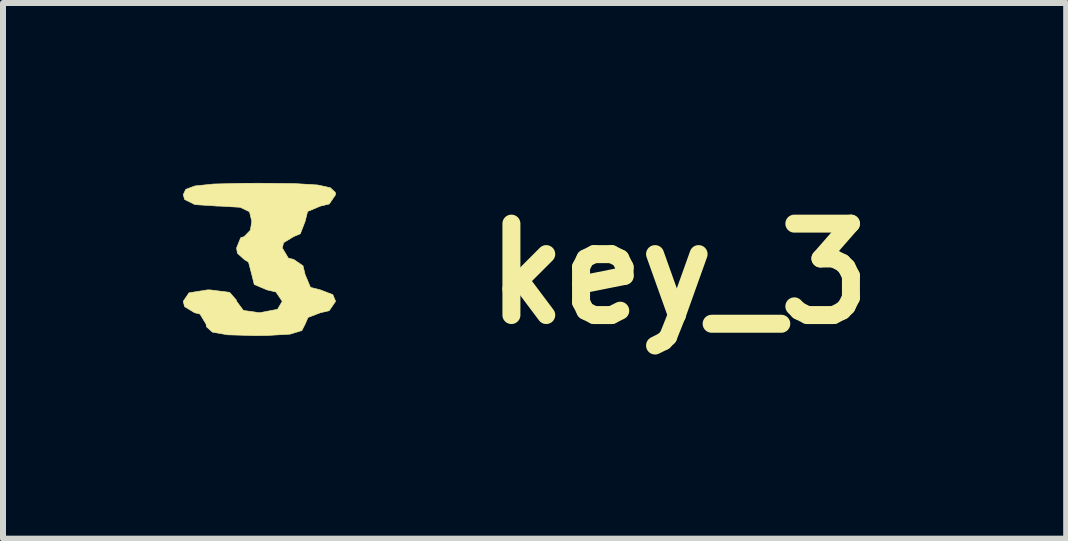
<source format=kicad_pcb>
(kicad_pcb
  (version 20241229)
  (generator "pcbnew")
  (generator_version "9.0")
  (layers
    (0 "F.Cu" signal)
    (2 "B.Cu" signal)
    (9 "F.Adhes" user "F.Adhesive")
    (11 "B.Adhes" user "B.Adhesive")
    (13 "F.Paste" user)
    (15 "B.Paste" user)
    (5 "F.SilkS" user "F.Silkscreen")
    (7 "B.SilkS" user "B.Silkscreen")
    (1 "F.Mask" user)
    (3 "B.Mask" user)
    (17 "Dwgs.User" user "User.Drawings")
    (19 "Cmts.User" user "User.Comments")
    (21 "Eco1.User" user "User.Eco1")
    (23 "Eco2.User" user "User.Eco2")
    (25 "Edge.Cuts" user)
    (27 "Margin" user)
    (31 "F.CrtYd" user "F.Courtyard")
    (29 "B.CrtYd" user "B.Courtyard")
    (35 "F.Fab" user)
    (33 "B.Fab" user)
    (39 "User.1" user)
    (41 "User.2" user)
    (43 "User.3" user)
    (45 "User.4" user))
  (footprint "key_3"
    (layer "F.Cu")
    (at 1.158 1.513)
    (property "Reference" "key_3" (at 7.112 0 0) (layer "F.SilkS") (effects (font (size 1.524 1.524) (thickness 0.3))))
    (attr through_hole)
    (fp_poly (pts (xy 0.709 -1.502) (xy 1.089 -1.479) (xy 1.299 -1.433) (xy 1.381 -1.357) (xy 1.387 -1.318) (xy 1.281 -1.162) (xy 1.133 -1.127) (xy 0.92 -1.037) (xy 0.879 -0.873) (xy 0.799 -0.666) (xy 0.688 -0.619) (xy 0.52 -0.517) (xy 0.498 -0.429) (xy 0.599 -0.26) (xy 0.688 -0.238) (xy 0.843 -0.132) (xy 0.879 0.016) (xy 0.968 0.228) (xy 1.133 0.27) (xy 1.34 0.349) (xy 1.387 0.46) (xy 1.281 0.616) (xy 1.133 0.651) (xy 0.926 0.73) (xy 0.879 0.841) (xy 0.824 0.948) (xy 0.627 1.008) (xy 0.241 1.03) (xy 0.053 1.032) (xy -0.41 1.019) (xy -0.667 0.974) (xy -0.766 0.885) (xy -0.772 0.841) (xy -0.874 0.673) (xy -0.963 0.651) (xy -1.131 0.549) (xy -1.153 0.46) (xy -1.057 0.319) (xy -0.749 0.27) (xy -0.709 0.27) (xy -0.38 0.311) (xy -0.265 0.443) (xy -0.264 0.46) (xy -0.151 0.612) (xy 0.117 0.651) (xy 0.419 0.594) (xy 0.498 0.46) (xy 0.392 0.305) (xy 0.244 0.27) (xy 0.031 0.18) (xy -0.01 0.016) (xy -0.064 -0.191) (xy -0.137 -0.238) (xy -0.25 -0.341) (xy -0.264 -0.429) (xy -0.196 -0.598) (xy -0.137 -0.619) (xy -0.034 -0.725) (xy -0.01 -0.873) (xy -0.048 -1.032) (xy -0.203 -1.107) (xy -0.541 -1.127) (xy -0.582 -1.127) (xy -0.958 -1.152) (xy -1.13 -1.237) (xy -1.153 -1.318) (xy -1.111 -1.406) (xy -0.958 -1.463) (xy -0.65 -1.495) (xy -0.148 -1.507) (xy 0.117 -1.508) (xy 0.709 -1.502)) (stroke (width 0.01) (type solid)) (fill yes) (layer "F.SilkS")))
  (gr_rect
    (start -3 -3)
    (end 14.725 5.931)
    (stroke (width 0.1) (type default))
    (fill no)
    (layer "Edge.Cuts")))
</source>
